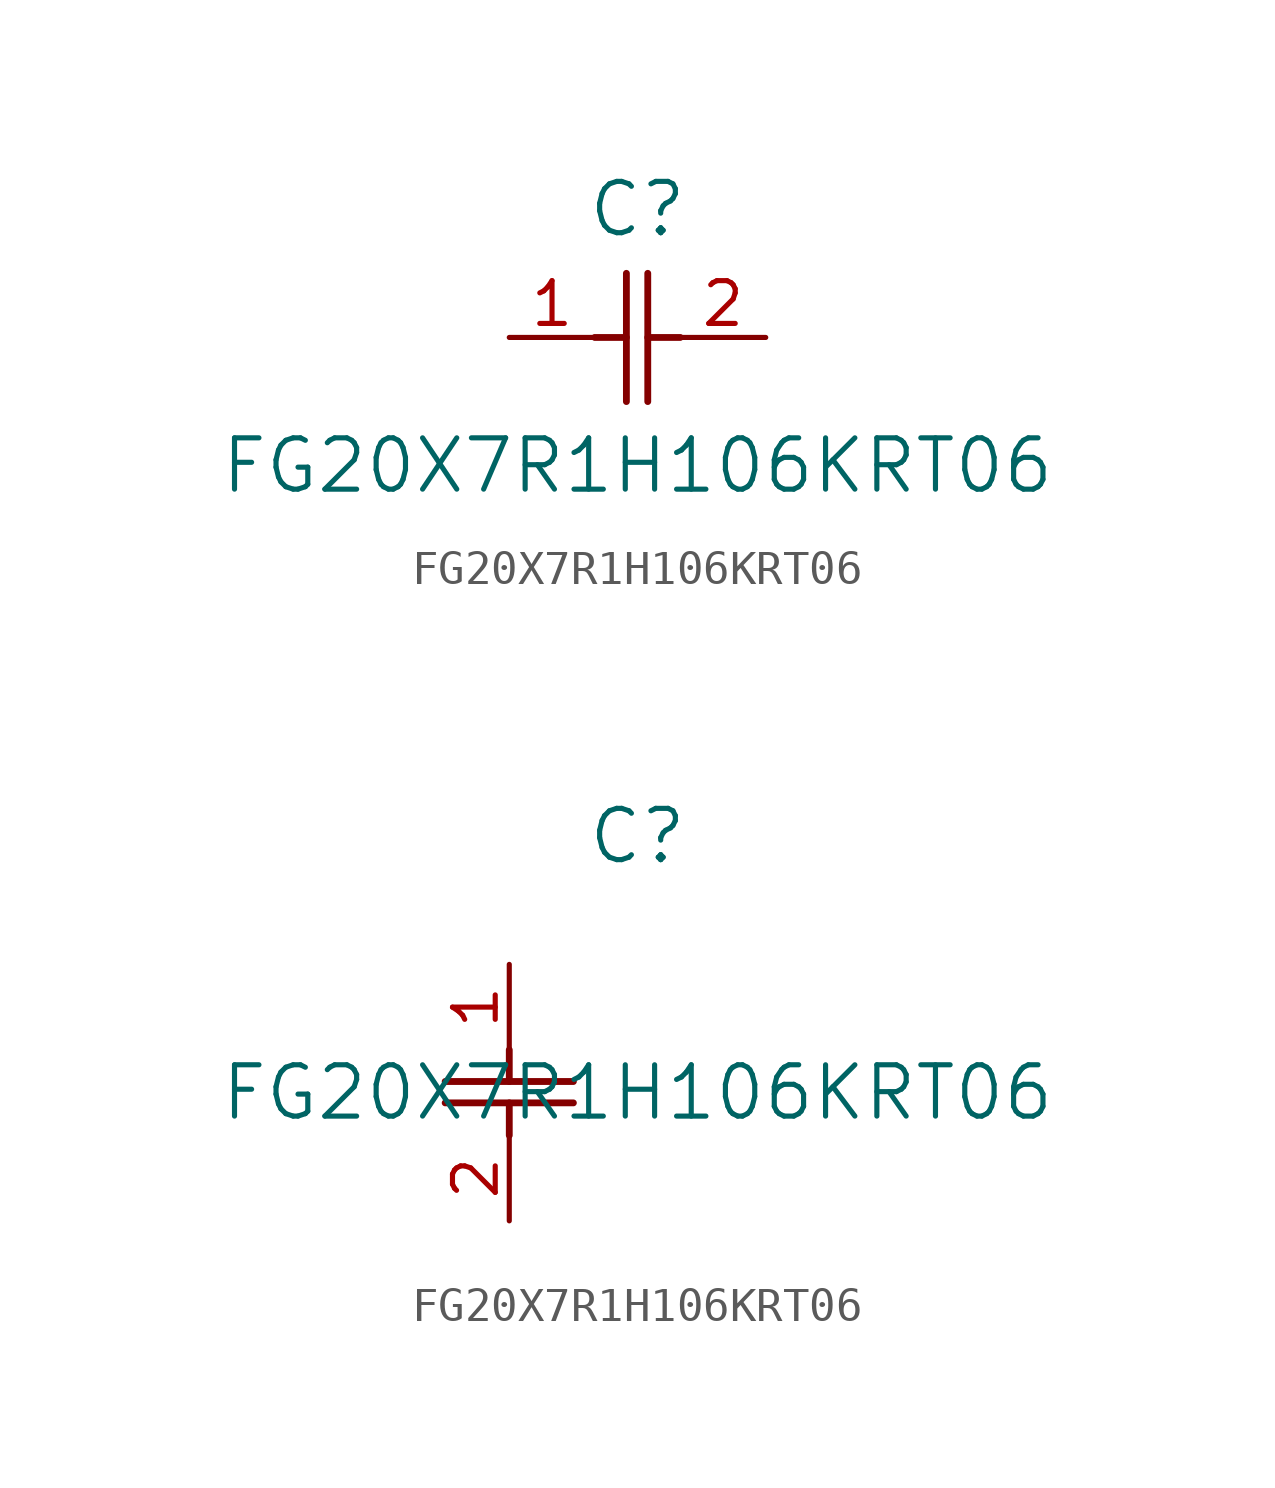
<source format=kicad_sym>
(kicad_symbol_lib
  (version 20211014)
  (generator kicad_symbol_editor)
  (symbol "FG20X7R1H106KRT06"
    (pin_names
      (offset 0.254))
    (property "Reference" "C"
      (at 3.81 3.81 0)
      (effects (font (size 1.524 1.524))))
    (property "Value" "FG20X7R1H106KRT06"
      (at 3.81 -3.81 0)
      (effects (font (size 1.524 1.524))))
    (symbol "FG20X7R1H106KRT06_1_1"
      (polyline (pts (xy 3.48 -1.905) (xy 3.48 1.905)) (stroke (width 0.203) (type default) (color 0 0 0 0)) (fill (type none)))
      (polyline (pts (xy 4.115 -1.905) (xy 4.115 1.905)) (stroke (width 0.203) (type default) (color 0 0 0 0)) (fill (type none)))
      (polyline (pts (xy 4.115 0) (xy 5.08 0)) (stroke (width 0.203) (type default) (color 0 0 0 0)) (fill (type none)))
      (polyline (pts (xy 2.54 0) (xy 3.48 0)) (stroke (width 0.203) (type default) (color 0 0 0 0)) (fill (type none)))
      (pin unspecified line (at 0 0 0) (length 2.54) (name "" (effects (font (size 1.27 1.27)))) (number "1" (effects (font (size 1.27 1.27)))))
      (pin unspecified line (at 7.62 0 180) (length 2.54) (name "" (effects (font (size 1.27 1.27)))) (number "2" (effects (font (size 1.27 1.27))))))
    (symbol "FG20X7R1H106KRT06_1_2"
      (polyline (pts (xy -1.905 -3.48) (xy 1.905 -3.48)) (stroke (width 0.203) (type default) (color 0 0 0 0)) (fill (type none)))
      (polyline (pts (xy -1.905 -4.115) (xy 1.905 -4.115)) (stroke (width 0.203) (type default) (color 0 0 0 0)) (fill (type none)))
      (polyline (pts (xy 0 -4.115) (xy 0 -5.08)) (stroke (width 0.203) (type default) (color 0 0 0 0)) (fill (type none)))
      (polyline (pts (xy 0 -2.54) (xy 0 -3.48)) (stroke (width 0.203) (type default) (color 0 0 0 0)) (fill (type none)))
      (pin unspecified line (at 0 0 270) (length 2.54) (name "" (effects (font (size 1.27 1.27)))) (number "1" (effects (font (size 1.27 1.27)))))
      (pin unspecified line (at 0 -7.62 90) (length 2.54) (name "" (effects (font (size 1.27 1.27)))) (number "2" (effects (font (size 1.27 1.27))))))))
</source>
